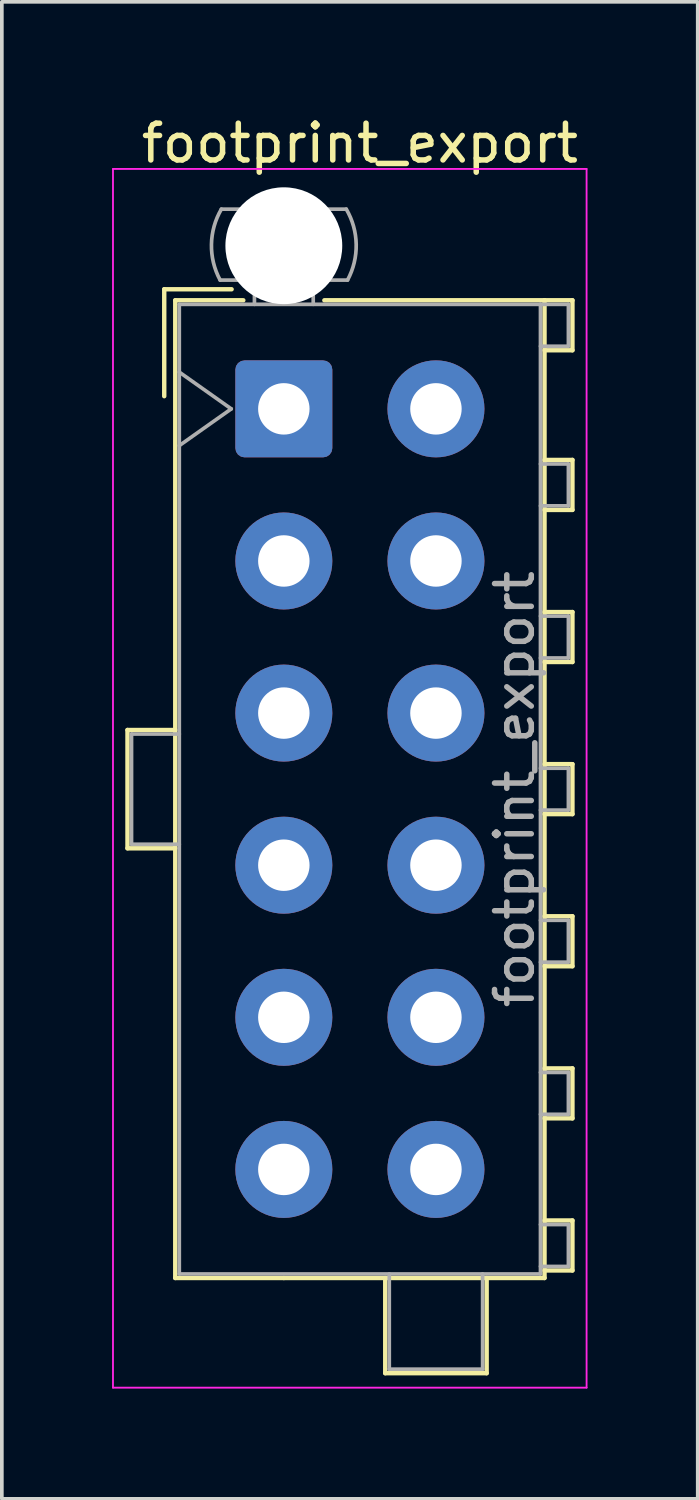
<source format=kicad_pcb>
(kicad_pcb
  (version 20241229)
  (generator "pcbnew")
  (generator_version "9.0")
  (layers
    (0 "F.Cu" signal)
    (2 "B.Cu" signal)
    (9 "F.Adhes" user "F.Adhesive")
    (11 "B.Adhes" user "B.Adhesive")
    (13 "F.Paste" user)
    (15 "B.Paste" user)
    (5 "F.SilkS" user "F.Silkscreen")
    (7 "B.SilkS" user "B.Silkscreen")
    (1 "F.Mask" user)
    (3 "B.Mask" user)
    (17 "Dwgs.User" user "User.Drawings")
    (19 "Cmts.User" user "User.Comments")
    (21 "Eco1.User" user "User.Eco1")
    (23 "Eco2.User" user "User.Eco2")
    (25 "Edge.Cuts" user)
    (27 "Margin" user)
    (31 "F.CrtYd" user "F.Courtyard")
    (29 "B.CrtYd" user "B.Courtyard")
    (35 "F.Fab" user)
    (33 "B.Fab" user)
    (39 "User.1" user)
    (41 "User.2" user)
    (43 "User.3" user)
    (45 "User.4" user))
  (footprint "footprint_export"
    (layer "F.Cu")
    (at 4.675 8.078)
    (property "Reference" "footprint_export" (at 2.07 -7.23 0) (layer "F.SilkS") (effects (font (size 1 1) (thickness 0.15))))
    (attr through_hole)
    (fp_line (start -4.255 8.74) (end -4.255 11.96) (stroke (width 0.12) (type solid)) (layer "F.SilkS"))
    (fp_line (start -4.255 11.96) (end -2.955 11.96) (stroke (width 0.12) (type solid)) (layer "F.SilkS"))
    (fp_line (start -3.255 -3.255) (end -3.255 -0.345) (stroke (width 0.12) (type solid)) (layer "F.SilkS"))
    (fp_line (start -2.955 -2.955) (end -2.955 23.655) (stroke (width 0.12) (type solid)) (layer "F.SilkS"))
    (fp_line (start -2.955 8.74) (end -4.255 8.74) (stroke (width 0.12) (type solid)) (layer "F.SilkS"))
    (fp_line (start -2.955 23.655) (end 0 23.655) (stroke (width 0.12) (type solid)) (layer "F.SilkS"))
    (fp_line (start -1.421 -3.255) (end -3.255 -3.255) (stroke (width 0.12) (type solid)) (layer "F.SilkS"))
    (fp_line (start -1.103 -2.955) (end -2.955 -2.955) (stroke (width 0.12) (type solid)) (layer "F.SilkS"))
    (fp_line (start 1.103 -2.955) (end 7.095 -2.955) (stroke (width 0.12) (type solid)) (layer "F.SilkS"))
    (fp_line (start 2.76 23.655) (end 2.76 26.246) (stroke (width 0.12) (type solid)) (layer "F.SilkS"))
    (fp_line (start 2.76 26.246) (end 5.52 26.246) (stroke (width 0.12) (type solid)) (layer "F.SilkS"))
    (fp_line (start 5.52 26.246) (end 5.52 23.655) (stroke (width 0.12) (type solid)) (layer "F.SilkS"))
    (fp_line (start 7.095 -2.955) (end 7.095 23.655) (stroke (width 0.12) (type solid)) (layer "F.SilkS"))
    (fp_line (start 7.095 -2.955) (end 7.855 -2.955) (stroke (width 0.12) (type solid)) (layer "F.SilkS"))
    (fp_line (start 7.095 1.39) (end 7.855 1.39) (stroke (width 0.12) (type solid)) (layer "F.SilkS"))
    (fp_line (start 7.095 5.53) (end 7.855 5.53) (stroke (width 0.12) (type solid)) (layer "F.SilkS"))
    (fp_line (start 7.095 9.67) (end 7.855 9.67) (stroke (width 0.12) (type solid)) (layer "F.SilkS"))
    (fp_line (start 7.095 13.81) (end 7.855 13.81) (stroke (width 0.12) (type solid)) (layer "F.SilkS"))
    (fp_line (start 7.095 17.95) (end 7.855 17.95) (stroke (width 0.12) (type solid)) (layer "F.SilkS"))
    (fp_line (start 7.095 22.09) (end 7.855 22.09) (stroke (width 0.12) (type solid)) (layer "F.SilkS"))
    (fp_line (start 7.095 23.655) (end 0 23.655) (stroke (width 0.12) (type solid)) (layer "F.SilkS"))
    (fp_line (start 7.855 -2.955) (end 7.855 -1.595) (stroke (width 0.12) (type solid)) (layer "F.SilkS"))
    (fp_line (start 7.855 -1.595) (end 7.095 -1.595) (stroke (width 0.12) (type solid)) (layer "F.SilkS"))
    (fp_line (start 7.855 1.39) (end 7.855 2.75) (stroke (width 0.12) (type solid)) (layer "F.SilkS"))
    (fp_line (start 7.855 2.75) (end 7.095 2.75) (stroke (width 0.12) (type solid)) (layer "F.SilkS"))
    (fp_line (start 7.855 5.53) (end 7.855 6.89) (stroke (width 0.12) (type solid)) (layer "F.SilkS"))
    (fp_line (start 7.855 6.89) (end 7.095 6.89) (stroke (width 0.12) (type solid)) (layer "F.SilkS"))
    (fp_line (start 7.855 9.67) (end 7.855 11.03) (stroke (width 0.12) (type solid)) (layer "F.SilkS"))
    (fp_line (start 7.855 11.03) (end 7.095 11.03) (stroke (width 0.12) (type solid)) (layer "F.SilkS"))
    (fp_line (start 7.855 13.81) (end 7.855 15.17) (stroke (width 0.12) (type solid)) (layer "F.SilkS"))
    (fp_line (start 7.855 15.17) (end 7.095 15.17) (stroke (width 0.12) (type solid)) (layer "F.SilkS"))
    (fp_line (start 7.855 17.95) (end 7.855 19.31) (stroke (width 0.12) (type solid)) (layer "F.SilkS"))
    (fp_line (start 7.855 19.31) (end 7.095 19.31) (stroke (width 0.12) (type solid)) (layer "F.SilkS"))
    (fp_line (start 7.855 22.09) (end 7.855 23.45) (stroke (width 0.12) (type solid)) (layer "F.SilkS"))
    (fp_line (start 7.855 23.45) (end 7.095 23.45) (stroke (width 0.12) (type solid)) (layer "F.SilkS"))
    (fp_line (start -4.65 -6.53) (end -4.65 26.64) (stroke (width 0.05) (type solid)) (layer "F.CrtYd"))
    (fp_line (start -4.65 26.64) (end 8.24 26.64) (stroke (width 0.05) (type solid)) (layer "F.CrtYd"))
    (fp_line (start 8.24 -6.53) (end -4.65 -6.53) (stroke (width 0.05) (type solid)) (layer "F.CrtYd"))
    (fp_line (start 8.24 26.64) (end 8.24 -6.53) (stroke (width 0.05) (type solid)) (layer "F.CrtYd"))
    (fp_line (start -4.145 8.85) (end -4.145 11.85) (stroke (width 0.1) (type solid)) (layer "F.Fab"))
    (fp_line (start -4.145 11.85) (end -2.845 11.85) (stroke (width 0.1) (type solid)) (layer "F.Fab"))
    (fp_line (start -2.845 -2.845) (end -2.845 23.545) (stroke (width 0.1) (type solid)) (layer "F.Fab"))
    (fp_line (start -2.845 -1) (end -1.431 0) (stroke (width 0.1) (type solid)) (layer "F.Fab"))
    (fp_line (start -2.845 8.85) (end -4.145 8.85) (stroke (width 0.1) (type solid)) (layer "F.Fab"))
    (fp_line (start -2.845 23.545) (end 6.985 23.545) (stroke (width 0.1) (type solid)) (layer "F.Fab"))
    (fp_line (start -1.431 0) (end -2.845 1) (stroke (width 0.1) (type solid)) (layer "F.Fab"))
    (fp_line (start -0.8 -2.845) (end -0.8 -3.505) (stroke (width 0.1) (type solid)) (layer "F.Fab"))
    (fp_line (start 0.8 -2.845) (end 0.8 -3.505) (stroke (width 0.1) (type solid)) (layer "F.Fab"))
    (fp_line (start 1.7 -5.436) (end -1.7 -5.436) (stroke (width 0.1) (type solid)) (layer "F.Fab"))
    (fp_line (start 1.734 -3.505) (end -1.734 -3.505) (stroke (width 0.1) (type solid)) (layer "F.Fab"))
    (fp_line (start 2.87 23.545) (end 2.87 26.136) (stroke (width 0.1) (type solid)) (layer "F.Fab"))
    (fp_line (start 2.87 26.136) (end 5.41 26.136) (stroke (width 0.1) (type solid)) (layer "F.Fab"))
    (fp_line (start 5.41 26.136) (end 5.41 23.545) (stroke (width 0.1) (type solid)) (layer "F.Fab"))
    (fp_line (start 6.985 -2.845) (end -2.845 -2.845) (stroke (width 0.1) (type solid)) (layer "F.Fab"))
    (fp_line (start 6.985 -2.845) (end 7.745 -2.845) (stroke (width 0.1) (type solid)) (layer "F.Fab"))
    (fp_line (start 6.985 1.5) (end 7.745 1.5) (stroke (width 0.1) (type solid)) (layer "F.Fab"))
    (fp_line (start 6.985 5.64) (end 7.745 5.64) (stroke (width 0.1) (type solid)) (layer "F.Fab"))
    (fp_line (start 6.985 9.78) (end 7.745 9.78) (stroke (width 0.1) (type solid)) (layer "F.Fab"))
    (fp_line (start 6.985 13.92) (end 7.745 13.92) (stroke (width 0.1) (type solid)) (layer "F.Fab"))
    (fp_line (start 6.985 18.06) (end 7.745 18.06) (stroke (width 0.1) (type solid)) (layer "F.Fab"))
    (fp_line (start 6.985 22.2) (end 7.745 22.2) (stroke (width 0.1) (type solid)) (layer "F.Fab"))
    (fp_line (start 6.985 23.545) (end 6.985 -2.845) (stroke (width 0.1) (type solid)) (layer "F.Fab"))
    (fp_line (start 7.745 -2.845) (end 7.745 -1.705) (stroke (width 0.1) (type solid)) (layer "F.Fab"))
    (fp_line (start 7.745 -1.705) (end 6.985 -1.705) (stroke (width 0.1) (type solid)) (layer "F.Fab"))
    (fp_line (start 7.745 1.5) (end 7.745 2.64) (stroke (width 0.1) (type solid)) (layer "F.Fab"))
    (fp_line (start 7.745 2.64) (end 6.985 2.64) (stroke (width 0.1) (type solid)) (layer "F.Fab"))
    (fp_line (start 7.745 5.64) (end 7.745 6.78) (stroke (width 0.1) (type solid)) (layer "F.Fab"))
    (fp_line (start 7.745 6.78) (end 6.985 6.78) (stroke (width 0.1) (type solid)) (layer "F.Fab"))
    (fp_line (start 7.745 9.78) (end 7.745 10.92) (stroke (width 0.1) (type solid)) (layer "F.Fab"))
    (fp_line (start 7.745 10.92) (end 6.985 10.92) (stroke (width 0.1) (type solid)) (layer "F.Fab"))
    (fp_line (start 7.745 13.92) (end 7.745 15.06) (stroke (width 0.1) (type solid)) (layer "F.Fab"))
    (fp_line (start 7.745 15.06) (end 6.985 15.06) (stroke (width 0.1) (type solid)) (layer "F.Fab"))
    (fp_line (start 7.745 18.06) (end 7.745 19.2) (stroke (width 0.1) (type solid)) (layer "F.Fab"))
    (fp_line (start 7.745 19.2) (end 6.985 19.2) (stroke (width 0.1) (type solid)) (layer "F.Fab"))
    (fp_line (start 7.745 22.2) (end 7.745 23.34) (stroke (width 0.1) (type solid)) (layer "F.Fab"))
    (fp_line (start 7.745 23.34) (end 6.985 23.34) (stroke (width 0.1) (type solid)) (layer "F.Fab"))
    (fp_arc (start -1.733977 -3.505) (mid -1.96969 -4.474992) (end -1.699672 -5.436) (stroke (width 0.1) (type solid)) (layer "F.Fab"))
    (fp_arc (start 1.699672 -5.436) (mid 1.969689 -4.474992) (end 1.733977 -3.505) (stroke (width 0.1) (type solid)) (layer "F.Fab"))
    (fp_text user "${REFERENCE}" (at 6.28 10.35 90) (layer "F.Fab") (effects (font (size 1 1) (thickness 0.15))))
    (pad "" np_thru_hole circle (at 0 -4.44) (size 3.18 3.18) (drill 3.18) (layers "*.Cu" "*.Mask"))
    (pad "1" thru_hole roundrect (at 0 0) (size 2.64 2.64) (drill 1.4) (layers "*.Cu" "*.Mask") (roundrect_rratio 0.095))
    (pad "2" thru_hole circle (at 0 4.14) (size 2.64 2.64) (drill 1.4) (layers "*.Cu" "*.Mask"))
    (pad "3" thru_hole circle (at 0 8.28) (size 2.64 2.64) (drill 1.4) (layers "*.Cu" "*.Mask"))
    (pad "4" thru_hole circle (at 0 12.42) (size 2.64 2.64) (drill 1.4) (layers "*.Cu" "*.Mask"))
    (pad "5" thru_hole circle (at 0 16.56) (size 2.64 2.64) (drill 1.4) (layers "*.Cu" "*.Mask"))
    (pad "6" thru_hole circle (at 0 20.7) (size 2.64 2.64) (drill 1.4) (layers "*.Cu" "*.Mask"))
    (pad "7" thru_hole circle (at 4.14 0) (size 2.64 2.64) (drill 1.4) (layers "*.Cu" "*.Mask"))
    (pad "8" thru_hole circle (at 4.14 4.14) (size 2.64 2.64) (drill 1.4) (layers "*.Cu" "*.Mask"))
    (pad "9" thru_hole circle (at 4.14 8.28) (size 2.64 2.64) (drill 1.4) (layers "*.Cu" "*.Mask"))
    (pad "10" thru_hole circle (at 4.14 12.42) (size 2.64 2.64) (drill 1.4) (layers "*.Cu" "*.Mask"))
    (pad "11" thru_hole circle (at 4.14 16.56) (size 2.64 2.64) (drill 1.4) (layers "*.Cu" "*.Mask"))
    (pad "12" thru_hole circle (at 4.14 20.7) (size 2.64 2.64) (drill 1.4) (layers "*.Cu" "*.Mask")))
  (gr_rect
    (start -3 -3)
    (end 15.94 37.743)
    (stroke (width 0.1) (type default))
    (fill no)
    (layer "Edge.Cuts")))
</source>
